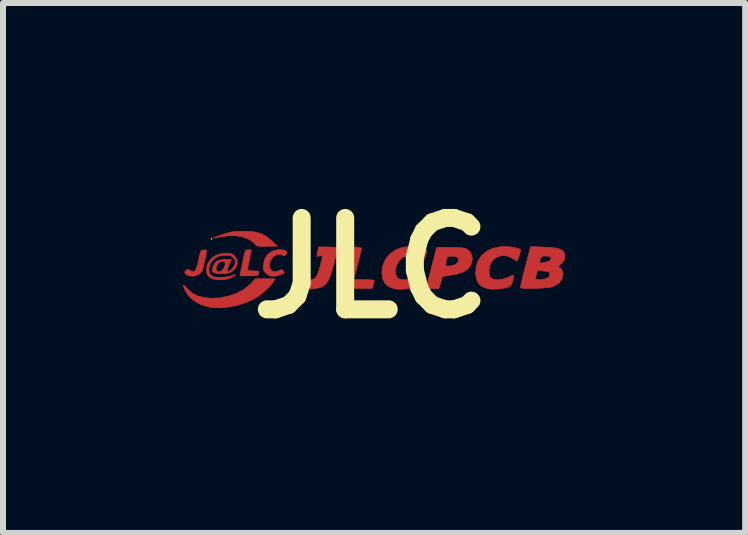
<source format=kicad_pcb>
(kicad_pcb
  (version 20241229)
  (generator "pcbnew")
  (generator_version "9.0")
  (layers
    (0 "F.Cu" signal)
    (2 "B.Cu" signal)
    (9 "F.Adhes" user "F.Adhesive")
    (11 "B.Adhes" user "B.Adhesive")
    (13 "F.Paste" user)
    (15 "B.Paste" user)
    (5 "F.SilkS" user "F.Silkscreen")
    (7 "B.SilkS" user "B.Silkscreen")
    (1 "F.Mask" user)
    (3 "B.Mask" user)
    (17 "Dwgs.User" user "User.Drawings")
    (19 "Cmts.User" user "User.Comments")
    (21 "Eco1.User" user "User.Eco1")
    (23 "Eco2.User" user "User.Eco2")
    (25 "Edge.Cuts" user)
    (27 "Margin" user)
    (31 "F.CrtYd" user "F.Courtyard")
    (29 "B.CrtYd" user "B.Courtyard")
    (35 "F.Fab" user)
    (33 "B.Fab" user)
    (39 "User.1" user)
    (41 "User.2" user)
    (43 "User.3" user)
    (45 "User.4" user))
  (footprint "JLC"
    (layer "F.Cu")
    (at 3.141 1.418)
    (property "Reference" "JLC" (at 0 0 0) (layer "F.SilkS") (effects (font (size 1.524 1.524) (thickness 0.3))))
    (attr through_hole)
    (fp_poly (pts (xy -2.748 -0.3) (xy -2.748 -0.282) (xy -2.754 -0.24) (xy -2.764 -0.183) (xy -2.777 -0.118) (xy -2.791 -0.055) (xy -2.805 -0.000153) (xy -2.816 0.037) (xy -2.818 0.044) (xy -2.856 0.093) (xy -2.914 0.125) (xy -2.981 0.138) (xy -3.049 0.128) (xy -3.061 0.123) (xy -3.102 0.096) (xy -3.112 0.067) (xy -3.092 0.039) (xy -3.081 0.033) (xy -3.048 0.024) (xy -3.022 0.04) (xy -2.986 0.065) (xy -2.954 0.059) (xy -2.925 0.024) (xy -2.9 -0.043) (xy -2.877 -0.141) (xy -2.877 -0.142) (xy -2.863 -0.212) (xy -2.852 -0.256) (xy -2.84 -0.281) (xy -2.825 -0.293) (xy -2.803 -0.298) (xy -2.801 -0.299) (xy -2.765 -0.302) (xy -2.748 -0.3)) (stroke (width 0.01) (type solid)) (fill yes) (layer "F.Cu"))
    (fp_poly (pts (xy -2.014 -0.302) (xy -1.999 -0.301) (xy -1.999 -0.301) (xy -2.002 -0.285) (xy -2.011 -0.244) (xy -2.023 -0.185) (xy -2.032 -0.139) (xy -2.046 -0.07) (xy -2.057 -0.013) (xy -2.064 0.024) (xy -2.065 0.035) (xy -2.05 0.042) (xy -2.011 0.047) (xy -1.965 0.049) (xy -1.91 0.05) (xy -1.881 0.055) (xy -1.872 0.066) (xy -1.875 0.075) (xy -1.883 0.106) (xy -1.885 0.116) (xy -1.9 0.123) (xy -1.94 0.128) (xy -2 0.131) (xy -2.038 0.131) (xy -2.191 0.131) (xy -2.152 -0.061) (xy -2.134 -0.154) (xy -2.12 -0.22) (xy -2.108 -0.262) (xy -2.098 -0.287) (xy -2.086 -0.299) (xy -2.07 -0.303) (xy -2.049 -0.303) (xy -2.049 -0.303) (xy -2.014 -0.302)) (stroke (width 0.01) (type solid)) (fill yes) (layer "F.Cu"))
    (fp_poly (pts (xy -2.007 -0.609) (xy -1.907 -0.594) (xy -1.822 -0.566) (xy -1.746 -0.523) (xy -1.669 -0.46) (xy -1.658 -0.45) (xy -1.565 -0.362) (xy -1.741 -0.361) (xy -1.819 -0.361) (xy -1.871 -0.363) (xy -1.904 -0.368) (xy -1.923 -0.377) (xy -1.937 -0.392) (xy -1.942 -0.399) (xy -1.97 -0.428) (xy -2.016 -0.462) (xy -2.053 -0.484) (xy -2.146 -0.519) (xy -2.259 -0.537) (xy -2.385 -0.537) (xy -2.515 -0.519) (xy -2.572 -0.508) (xy -2.615 -0.501) (xy -2.635 -0.5) (xy -2.636 -0.5) (xy -2.624 -0.507) (xy -2.586 -0.522) (xy -2.531 -0.542) (xy -2.48 -0.559) (xy -2.403 -0.583) (xy -2.34 -0.599) (xy -2.28 -0.608) (xy -2.209 -0.612) (xy -2.13 -0.613) (xy -2.007 -0.609)) (stroke (width 0.01) (type solid)) (fill yes) (layer "F.Cu"))
    (fp_poly (pts (xy -1.634 0.231) (xy -1.674 0.285) (xy -1.734 0.347) (xy -1.808 0.411) (xy -1.885 0.47) (xy -1.954 0.514) (xy -2.081 0.573) (xy -2.224 0.619) (xy -2.372 0.65) (xy -2.518 0.664) (xy -2.65 0.66) (xy -2.687 0.654) (xy -2.821 0.618) (xy -2.937 0.56) (xy -3.03 0.483) (xy -3.098 0.389) (xy -3.131 0.307) (xy -3.136 0.285) (xy -3.131 0.281) (xy -3.111 0.298) (xy -3.075 0.338) (xy -3.072 0.341) (xy -2.99 0.416) (xy -2.895 0.466) (xy -2.783 0.495) (xy -2.696 0.504) (xy -2.543 0.5) (xy -2.392 0.472) (xy -2.251 0.424) (xy -2.125 0.358) (xy -2.022 0.275) (xy -2.009 0.263) (xy -1.932 0.18) (xy -1.604 0.18) (xy -1.634 0.231)) (stroke (width 0.01) (type solid)) (fill yes) (layer "F.Cu"))
    (fp_poly (pts (xy -0.268 -0.349) (xy -0.215 -0.344) (xy -0.177 -0.336) (xy -0.164 -0.328) (xy -0.168 -0.306) (xy -0.178 -0.26) (xy -0.193 -0.197) (xy -0.212 -0.122) (xy -0.232 -0.044) (xy -0.251 0.032) (xy -0.268 0.097) (xy -0.281 0.145) (xy -0.288 0.168) (xy -0.289 0.18) (xy -0.279 0.187) (xy -0.251 0.192) (xy -0.201 0.194) (xy -0.125 0.194) (xy -0.054 0.196) (xy 0.003 0.198) (xy 0.04 0.203) (xy 0.049 0.207) (xy 0.045 0.229) (xy 0.035 0.269) (xy 0.032 0.28) (xy 0.015 0.342) (xy -0.263 0.342) (xy -0.376 0.341) (xy -0.458 0.339) (xy -0.511 0.334) (xy -0.537 0.328) (xy -0.541 0.323) (xy -0.537 0.303) (xy -0.526 0.255) (xy -0.509 0.186) (xy -0.488 0.1) (xy -0.464 0.002) (xy -0.457 -0.025) (xy -0.372 -0.355) (xy -0.268 -0.349)) (stroke (width 0.01) (type solid)) (fill yes) (layer "F.Cu"))
    (fp_poly (pts (xy -1.435 -0.289) (xy -1.414 -0.274) (xy -1.402 -0.254) (xy -1.414 -0.233) (xy -1.426 -0.221) (xy -1.455 -0.202) (xy -1.476 -0.208) (xy -1.479 -0.21) (xy -1.518 -0.229) (xy -1.569 -0.224) (xy -1.621 -0.198) (xy -1.639 -0.182) (xy -1.681 -0.126) (xy -1.699 -0.069) (xy -1.698 -0.016) (xy -1.678 0.027) (xy -1.643 0.055) (xy -1.595 0.061) (xy -1.544 0.045) (xy -1.508 0.03) (xy -1.486 0.032) (xy -1.466 0.05) (xy -1.45 0.072) (xy -1.456 0.087) (xy -1.486 0.103) (xy -1.57 0.132) (xy -1.658 0.138) (xy -1.674 0.136) (xy -1.715 0.12) (xy -1.758 0.089) (xy -1.762 0.085) (xy -1.787 0.056) (xy -1.799 0.027) (xy -1.801 -0.016) (xy -1.799 -0.051) (xy -1.779 -0.146) (xy -1.734 -0.22) (xy -1.663 -0.273) (xy -1.631 -0.287) (xy -1.56 -0.305) (xy -1.491 -0.305) (xy -1.435 -0.289)) (stroke (width 0.01) (type solid)) (fill yes) (layer "F.Cu"))
    (fp_poly (pts (xy -0.722 -0.35) (xy -0.654 -0.348) (xy -0.6 -0.345) (xy -0.567 -0.342) (xy -0.56 -0.34) (xy -0.562 -0.323) (xy -0.571 -0.28) (xy -0.587 -0.215) (xy -0.607 -0.135) (xy -0.625 -0.068) (xy -0.657 0.048) (xy -0.686 0.136) (xy -0.713 0.202) (xy -0.743 0.249) (xy -0.776 0.284) (xy -0.817 0.309) (xy -0.842 0.321) (xy -0.893 0.335) (xy -0.965 0.346) (xy -1.044 0.352) (xy -1.118 0.353) (xy -1.157 0.349) (xy -1.192 0.343) (xy -1.206 0.329) (xy -1.205 0.299) (xy -1.202 0.275) (xy -1.193 0.23) (xy -1.185 0.199) (xy -1.183 0.195) (xy -1.163 0.189) (xy -1.123 0.189) (xy -1.095 0.191) (xy -1.026 0.196) (xy -0.975 0.19) (xy -0.936 0.169) (xy -0.906 0.128) (xy -0.88 0.063) (xy -0.853 -0.029) (xy -0.849 -0.045) (xy -0.831 -0.118) (xy -0.82 -0.165) (xy -0.819 -0.192) (xy -0.827 -0.202) (xy -0.845 -0.203) (xy -0.862 -0.2) (xy -0.909 -0.194) (xy -0.894 -0.273) (xy -0.878 -0.352) (xy -0.722 -0.35)) (stroke (width 0.01) (type solid)) (fill yes) (layer "F.Cu"))
    (fp_poly (pts (xy 1.42 -0.342) (xy 1.504 -0.337) (xy 1.561 -0.327) (xy 1.581 -0.321) (xy 1.639 -0.28) (xy 1.674 -0.219) (xy 1.684 -0.145) (xy 1.683 -0.126) (xy 1.659 -0.046) (xy 1.61 0.017) (xy 1.534 0.066) (xy 1.431 0.101) (xy 1.328 0.119) (xy 1.263 0.129) (xy 1.212 0.139) (xy 1.184 0.149) (xy 1.18 0.152) (xy 1.176 0.175) (xy 1.165 0.218) (xy 1.154 0.256) (xy 1.128 0.344) (xy 1.021 0.344) (xy 0.963 0.343) (xy 0.932 0.339) (xy 0.92 0.329) (xy 0.921 0.315) (xy 0.927 0.291) (xy 0.94 0.241) (xy 0.958 0.169) (xy 0.981 0.082) (xy 1.006 -0.016) (xy 1.009 -0.029) (xy 1.016 -0.056) (xy 1.235 -0.056) (xy 1.241 -0.039) (xy 1.269 -0.032) (xy 1.311 -0.032) (xy 1.357 -0.041) (xy 1.399 -0.056) (xy 1.415 -0.067) (xy 1.452 -0.108) (xy 1.459 -0.145) (xy 1.437 -0.175) (xy 1.388 -0.193) (xy 1.342 -0.197) (xy 1.295 -0.195) (xy 1.271 -0.187) (xy 1.26 -0.164) (xy 1.254 -0.138) (xy 1.245 -0.092) (xy 1.235 -0.058) (xy 1.235 -0.056) (xy 1.016 -0.056) (xy 1.09 -0.344) (xy 1.307 -0.344) (xy 1.42 -0.342)) (stroke (width 0.01) (type solid)) (fill yes) (layer "F.Cu"))
    (fp_poly (pts (xy 2.313 -0.352) (xy 2.38 -0.342) (xy 2.437 -0.329) (xy 2.477 -0.315) (xy 2.491 -0.301) (xy 2.486 -0.278) (xy 2.475 -0.237) (xy 2.461 -0.19) (xy 2.447 -0.148) (xy 2.436 -0.12) (xy 2.432 -0.115) (xy 2.415 -0.123) (xy 2.381 -0.144) (xy 2.356 -0.16) (xy 2.273 -0.198) (xy 2.188 -0.208) (xy 2.108 -0.188) (xy 2.038 -0.142) (xy 1.994 -0.085) (xy 1.972 -0.028) (xy 1.963 0.039) (xy 1.966 0.103) (xy 1.983 0.153) (xy 1.991 0.164) (xy 2.034 0.189) (xy 2.097 0.198) (xy 2.171 0.191) (xy 2.249 0.169) (xy 2.28 0.155) (xy 2.326 0.133) (xy 2.36 0.122) (xy 2.372 0.122) (xy 2.373 0.141) (xy 2.366 0.182) (xy 2.358 0.215) (xy 2.342 0.266) (xy 2.323 0.296) (xy 2.293 0.314) (xy 2.27 0.323) (xy 2.206 0.339) (xy 2.127 0.35) (xy 2.046 0.354) (xy 1.976 0.352) (xy 1.942 0.346) (xy 1.853 0.313) (xy 1.792 0.264) (xy 1.756 0.195) (xy 1.74 0.105) (xy 1.747 -0.016) (xy 1.781 -0.122) (xy 1.842 -0.211) (xy 1.927 -0.282) (xy 2.033 -0.33) (xy 2.159 -0.355) (xy 2.181 -0.357) (xy 2.244 -0.357) (xy 2.313 -0.352)) (stroke (width 0.01) (type solid)) (fill yes) (layer "F.Cu"))
    (fp_poly (pts (xy 0.74 -0.356) (xy 0.812 -0.345) (xy 0.872 -0.328) (xy 0.912 -0.308) (xy 0.928 -0.287) (xy 0.928 -0.282) (xy 0.918 -0.249) (xy 0.905 -0.201) (xy 0.9 -0.184) (xy 0.886 -0.142) (xy 0.874 -0.118) (xy 0.871 -0.115) (xy 0.853 -0.123) (xy 0.819 -0.145) (xy 0.797 -0.16) (xy 0.725 -0.194) (xy 0.645 -0.207) (xy 0.569 -0.197) (xy 0.513 -0.17) (xy 0.461 -0.116) (xy 0.423 -0.049) (xy 0.403 0.023) (xy 0.402 0.092) (xy 0.423 0.149) (xy 0.433 0.162) (xy 0.477 0.189) (xy 0.541 0.199) (xy 0.615 0.192) (xy 0.692 0.168) (xy 0.723 0.153) (xy 0.769 0.131) (xy 0.802 0.119) (xy 0.813 0.12) (xy 0.815 0.14) (xy 0.809 0.181) (xy 0.8 0.215) (xy 0.784 0.267) (xy 0.764 0.296) (xy 0.734 0.315) (xy 0.712 0.323) (xy 0.648 0.339) (xy 0.569 0.35) (xy 0.488 0.354) (xy 0.417 0.352) (xy 0.384 0.346) (xy 0.292 0.31) (xy 0.228 0.257) (xy 0.19 0.184) (xy 0.176 0.09) (xy 0.176 0.073) (xy 0.193 -0.044) (xy 0.237 -0.146) (xy 0.306 -0.231) (xy 0.397 -0.297) (xy 0.508 -0.341) (xy 0.634 -0.36) (xy 0.663 -0.361) (xy 0.74 -0.356)) (stroke (width 0.01) (type solid)) (fill yes) (layer "F.Cu"))
    (fp_poly (pts (xy 2.881 -0.348) (xy 2.999 -0.341) (xy 3.088 -0.33) (xy 3.151 -0.312) (xy 3.193 -0.287) (xy 3.217 -0.252) (xy 3.227 -0.206) (xy 3.228 -0.186) (xy 3.221 -0.14) (xy 3.193 -0.098) (xy 3.173 -0.078) (xy 3.118 -0.026) (xy 3.157 0.008) (xy 3.185 0.045) (xy 3.195 0.095) (xy 3.196 0.112) (xy 3.18 0.182) (xy 3.137 0.243) (xy 3.071 0.291) (xy 2.987 0.322) (xy 2.986 0.322) (xy 2.942 0.328) (xy 2.879 0.333) (xy 2.804 0.337) (xy 2.723 0.34) (xy 2.645 0.341) (xy 2.575 0.34) (xy 2.522 0.338) (xy 2.491 0.333) (xy 2.488 0.331) (xy 2.487 0.321) (xy 2.491 0.293) (xy 2.501 0.247) (xy 2.517 0.181) (xy 2.737 0.181) (xy 2.751 0.189) (xy 2.787 0.193) (xy 2.835 0.191) (xy 2.883 0.185) (xy 2.921 0.176) (xy 2.924 0.174) (xy 2.961 0.147) (xy 2.978 0.111) (xy 2.973 0.079) (xy 2.969 0.074) (xy 2.943 0.063) (xy 2.897 0.053) (xy 2.862 0.049) (xy 2.772 0.042) (xy 2.755 0.105) (xy 2.744 0.148) (xy 2.737 0.177) (xy 2.737 0.181) (xy 2.517 0.181) (xy 2.517 0.179) (xy 2.54 0.088) (xy 2.571 -0.03) (xy 2.586 -0.089) (xy 2.803 -0.089) (xy 2.816 -0.084) (xy 2.851 -0.086) (xy 2.895 -0.094) (xy 2.939 -0.105) (xy 2.971 -0.118) (xy 2.979 -0.123) (xy 2.998 -0.156) (xy 2.988 -0.182) (xy 2.95 -0.197) (xy 2.911 -0.2) (xy 2.865 -0.198) (xy 2.84 -0.187) (xy 2.825 -0.161) (xy 2.821 -0.149) (xy 2.808 -0.111) (xy 2.803 -0.09) (xy 2.803 -0.089) (xy 2.586 -0.089) (xy 2.609 -0.175) (xy 2.63 -0.258) (xy 2.656 -0.356) (xy 2.881 -0.348)) (stroke (width 0.01) (type solid)) (fill yes) (layer "F.Cu"))
    (fp_poly (pts (xy -2.363 -0.244) (xy -2.325 -0.234) (xy -2.294 -0.214) (xy -2.277 -0.198) (xy -2.238 -0.142) (xy -2.231 -0.081) (xy -2.256 -0.013) (xy -2.261 -0.005) (xy -2.308 0.049) (xy -2.37 0.082) (xy -2.454 0.095) (xy -2.484 0.095) (xy -2.565 0.092) (xy -2.617 0.081) (xy -2.645 0.06) (xy -2.651 0.026) (xy -2.65 0.022) (xy -2.589 0.022) (xy -2.577 0.053) (xy -2.549 0.065) (xy -2.512 0.055) (xy -2.477 0.027) (xy -2.45 -0.016) (xy -2.437 -0.059) (xy -2.44 -0.094) (xy -2.46 -0.109) (xy -2.477 -0.112) (xy -2.519 -0.105) (xy -2.555 -0.072) (xy -2.584 -0.022) (xy -2.589 0.022) (xy -2.65 0.022) (xy -2.639 -0.024) (xy -2.638 -0.027) (xy -2.605 -0.087) (xy -2.552 -0.125) (xy -2.476 -0.143) (xy -2.431 -0.144) (xy -2.332 -0.143) (xy -2.373 -0.047) (xy -2.393 0.004) (xy -2.405 0.042) (xy -2.405 0.059) (xy -2.383 0.061) (xy -2.351 0.042) (xy -2.317 0.008) (xy -2.287 -0.034) (xy -2.267 -0.077) (xy -2.262 -0.103) (xy -2.273 -0.134) (xy -2.3 -0.17) (xy -2.302 -0.173) (xy -2.336 -0.199) (xy -2.378 -0.211) (xy -2.426 -0.213) (xy -2.487 -0.208) (xy -2.545 -0.197) (xy -2.563 -0.19) (xy -2.625 -0.151) (xy -2.672 -0.097) (xy -2.701 -0.033) (xy -2.71 0.031) (xy -2.696 0.089) (xy -2.675 0.119) (xy -2.651 0.138) (xy -2.622 0.149) (xy -2.579 0.154) (xy -2.512 0.156) (xy -2.511 0.156) (xy -2.417 0.151) (xy -2.347 0.136) (xy -2.32 0.125) (xy -2.281 0.108) (xy -2.267 0.105) (xy -2.272 0.115) (xy -2.279 0.124) (xy -2.326 0.159) (xy -2.395 0.183) (xy -2.475 0.196) (xy -2.558 0.197) (xy -2.634 0.185) (xy -2.683 0.165) (xy -2.729 0.12) (xy -2.75 0.061) (xy -2.749 -0.005) (xy -2.727 -0.073) (xy -2.685 -0.137) (xy -2.626 -0.19) (xy -2.583 -0.214) (xy -2.513 -0.236) (xy -2.431 -0.245) (xy -2.42 -0.245) (xy -2.363 -0.244)) (stroke (width 0.01) (type solid)) (fill yes) (layer "F.Cu"))
    (fp_poly (pts (xy -2.747 -0.3) (xy -2.747 -0.282) (xy -2.753 -0.24) (xy -2.764 -0.183) (xy -2.777 -0.118) (xy -2.791 -0.055) (xy -2.804 -0.000153) (xy -2.815 0.037) (xy -2.818 0.044) (xy -2.855 0.093) (xy -2.913 0.125) (xy -2.981 0.138) (xy -3.048 0.128) (xy -3.06 0.123) (xy -3.101 0.096) (xy -3.112 0.067) (xy -3.091 0.039) (xy -3.08 0.033) (xy -3.048 0.024) (xy -3.022 0.04) (xy -2.985 0.065) (xy -2.953 0.059) (xy -2.925 0.024) (xy -2.899 -0.043) (xy -2.877 -0.141) (xy -2.876 -0.142) (xy -2.863 -0.212) (xy -2.851 -0.256) (xy -2.84 -0.281) (xy -2.825 -0.293) (xy -2.803 -0.298) (xy -2.8 -0.299) (xy -2.765 -0.302) (xy -2.747 -0.3)) (stroke (width 0.01) (type solid)) (fill yes) (layer "F.Mask"))
    (fp_poly (pts (xy -2.014 -0.302) (xy -1.999 -0.301) (xy -1.999 -0.301) (xy -2.002 -0.285) (xy -2.011 -0.244) (xy -2.023 -0.185) (xy -2.032 -0.139) (xy -2.046 -0.07) (xy -2.057 -0.013) (xy -2.064 0.024) (xy -2.065 0.035) (xy -2.05 0.042) (xy -2.011 0.047) (xy -1.965 0.049) (xy -1.91 0.05) (xy -1.881 0.055) (xy -1.872 0.066) (xy -1.875 0.075) (xy -1.883 0.106) (xy -1.885 0.116) (xy -1.9 0.123) (xy -1.94 0.128) (xy -2 0.131) (xy -2.038 0.131) (xy -2.191 0.131) (xy -2.152 -0.061) (xy -2.134 -0.154) (xy -2.12 -0.22) (xy -2.108 -0.262) (xy -2.098 -0.287) (xy -2.086 -0.299) (xy -2.07 -0.303) (xy -2.049 -0.303) (xy -2.049 -0.303) (xy -2.014 -0.302)) (stroke (width 0.01) (type solid)) (fill yes) (layer "F.Mask"))
    (fp_poly (pts (xy -2.007 -0.609) (xy -1.907 -0.594) (xy -1.822 -0.566) (xy -1.746 -0.523) (xy -1.669 -0.46) (xy -1.658 -0.45) (xy -1.565 -0.362) (xy -1.741 -0.361) (xy -1.819 -0.361) (xy -1.871 -0.363) (xy -1.904 -0.368) (xy -1.923 -0.377) (xy -1.937 -0.392) (xy -1.942 -0.399) (xy -1.97 -0.428) (xy -2.016 -0.462) (xy -2.053 -0.484) (xy -2.146 -0.519) (xy -2.259 -0.537) (xy -2.385 -0.537) (xy -2.515 -0.519) (xy -2.572 -0.508) (xy -2.615 -0.501) (xy -2.635 -0.5) (xy -2.636 -0.5) (xy -2.624 -0.507) (xy -2.586 -0.522) (xy -2.531 -0.542) (xy -2.48 -0.559) (xy -2.403 -0.583) (xy -2.34 -0.599) (xy -2.28 -0.608) (xy -2.209 -0.612) (xy -2.13 -0.613) (xy -2.007 -0.609)) (stroke (width 0.01) (type solid)) (fill yes) (layer "F.Mask"))
    (fp_poly (pts (xy -1.634 0.231) (xy -1.674 0.285) (xy -1.734 0.347) (xy -1.808 0.411) (xy -1.885 0.47) (xy -1.954 0.514) (xy -2.081 0.573) (xy -2.224 0.619) (xy -2.372 0.65) (xy -2.518 0.664) (xy -2.65 0.66) (xy -2.687 0.654) (xy -2.821 0.618) (xy -2.937 0.56) (xy -3.03 0.483) (xy -3.098 0.389) (xy -3.131 0.307) (xy -3.136 0.285) (xy -3.131 0.281) (xy -3.111 0.298) (xy -3.075 0.338) (xy -3.072 0.341) (xy -2.99 0.416) (xy -2.895 0.466) (xy -2.783 0.495) (xy -2.696 0.504) (xy -2.543 0.5) (xy -2.392 0.472) (xy -2.251 0.424) (xy -2.125 0.358) (xy -2.022 0.275) (xy -2.009 0.263) (xy -1.932 0.18) (xy -1.604 0.18) (xy -1.634 0.231)) (stroke (width 0.01) (type solid)) (fill yes) (layer "F.Mask"))
    (fp_poly (pts (xy -0.268 -0.347) (xy -0.215 -0.342) (xy -0.177 -0.334) (xy -0.164 -0.326) (xy -0.168 -0.304) (xy -0.178 -0.258) (xy -0.193 -0.194) (xy -0.212 -0.12) (xy -0.232 -0.042) (xy -0.251 0.034) (xy -0.268 0.099) (xy -0.281 0.147) (xy -0.288 0.17) (xy -0.289 0.182) (xy -0.279 0.19) (xy -0.251 0.194) (xy -0.201 0.196) (xy -0.125 0.197) (xy -0.054 0.198) (xy 0.003 0.201) (xy 0.04 0.205) (xy 0.049 0.209) (xy 0.045 0.231) (xy 0.035 0.272) (xy 0.032 0.283) (xy 0.015 0.344) (xy -0.263 0.344) (xy -0.376 0.343) (xy -0.458 0.341) (xy -0.511 0.336) (xy -0.537 0.33) (xy -0.541 0.326) (xy -0.537 0.305) (xy -0.526 0.257) (xy -0.509 0.188) (xy -0.488 0.102) (xy -0.464 0.005) (xy -0.457 -0.023) (xy -0.372 -0.352) (xy -0.268 -0.347)) (stroke (width 0.01) (type solid)) (fill yes) (layer "F.Mask"))
    (fp_poly (pts (xy -1.435 -0.289) (xy -1.414 -0.274) (xy -1.402 -0.254) (xy -1.414 -0.233) (xy -1.426 -0.221) (xy -1.455 -0.202) (xy -1.476 -0.208) (xy -1.479 -0.21) (xy -1.518 -0.229) (xy -1.569 -0.224) (xy -1.621 -0.198) (xy -1.639 -0.182) (xy -1.681 -0.126) (xy -1.699 -0.069) (xy -1.698 -0.016) (xy -1.678 0.027) (xy -1.643 0.055) (xy -1.595 0.061) (xy -1.544 0.045) (xy -1.508 0.03) (xy -1.486 0.032) (xy -1.466 0.05) (xy -1.45 0.072) (xy -1.456 0.087) (xy -1.486 0.103) (xy -1.57 0.132) (xy -1.658 0.138) (xy -1.674 0.136) (xy -1.715 0.12) (xy -1.758 0.089) (xy -1.762 0.085) (xy -1.787 0.056) (xy -1.799 0.027) (xy -1.801 -0.016) (xy -1.799 -0.051) (xy -1.779 -0.146) (xy -1.734 -0.22) (xy -1.663 -0.273) (xy -1.631 -0.287) (xy -1.56 -0.305) (xy -1.491 -0.305) (xy -1.435 -0.289)) (stroke (width 0.01) (type solid)) (fill yes) (layer "F.Mask"))
    (fp_poly (pts (xy -0.726 -0.35) (xy -0.659 -0.348) (xy -0.604 -0.345) (xy -0.571 -0.342) (xy -0.564 -0.34) (xy -0.566 -0.323) (xy -0.575 -0.28) (xy -0.591 -0.215) (xy -0.611 -0.135) (xy -0.629 -0.068) (xy -0.661 0.048) (xy -0.69 0.136) (xy -0.717 0.202) (xy -0.747 0.249) (xy -0.78 0.284) (xy -0.821 0.309) (xy -0.846 0.321) (xy -0.897 0.335) (xy -0.969 0.346) (xy -1.048 0.352) (xy -1.122 0.353) (xy -1.161 0.349) (xy -1.196 0.343) (xy -1.21 0.329) (xy -1.209 0.299) (xy -1.206 0.275) (xy -1.197 0.23) (xy -1.189 0.199) (xy -1.187 0.195) (xy -1.167 0.189) (xy -1.127 0.189) (xy -1.099 0.191) (xy -1.031 0.196) (xy -0.979 0.19) (xy -0.94 0.169) (xy -0.91 0.128) (xy -0.884 0.063) (xy -0.857 -0.029) (xy -0.853 -0.045) (xy -0.835 -0.118) (xy -0.825 -0.165) (xy -0.823 -0.192) (xy -0.831 -0.202) (xy -0.849 -0.203) (xy -0.866 -0.2) (xy -0.914 -0.194) (xy -0.898 -0.273) (xy -0.882 -0.352) (xy -0.726 -0.35)) (stroke (width 0.01) (type solid)) (fill yes) (layer "F.Mask"))
    (fp_poly (pts (xy 1.42 -0.342) (xy 1.504 -0.337) (xy 1.561 -0.327) (xy 1.581 -0.321) (xy 1.639 -0.28) (xy 1.674 -0.219) (xy 1.684 -0.145) (xy 1.683 -0.126) (xy 1.659 -0.046) (xy 1.61 0.017) (xy 1.534 0.066) (xy 1.431 0.101) (xy 1.328 0.119) (xy 1.263 0.129) (xy 1.212 0.139) (xy 1.184 0.149) (xy 1.18 0.152) (xy 1.176 0.175) (xy 1.165 0.218) (xy 1.154 0.256) (xy 1.128 0.344) (xy 1.021 0.344) (xy 0.963 0.343) (xy 0.932 0.339) (xy 0.92 0.329) (xy 0.921 0.315) (xy 0.927 0.291) (xy 0.94 0.241) (xy 0.958 0.169) (xy 0.981 0.082) (xy 1.006 -0.016) (xy 1.009 -0.029) (xy 1.016 -0.056) (xy 1.235 -0.056) (xy 1.241 -0.039) (xy 1.269 -0.032) (xy 1.311 -0.032) (xy 1.357 -0.041) (xy 1.399 -0.056) (xy 1.415 -0.067) (xy 1.452 -0.108) (xy 1.459 -0.145) (xy 1.437 -0.175) (xy 1.388 -0.193) (xy 1.342 -0.197) (xy 1.295 -0.195) (xy 1.271 -0.187) (xy 1.26 -0.164) (xy 1.254 -0.138) (xy 1.245 -0.092) (xy 1.235 -0.058) (xy 1.235 -0.056) (xy 1.016 -0.056) (xy 1.09 -0.344) (xy 1.307 -0.344) (xy 1.42 -0.342)) (stroke (width 0.01) (type solid)) (fill yes) (layer "F.Mask"))
    (fp_poly (pts (xy 2.313 -0.352) (xy 2.38 -0.342) (xy 2.437 -0.329) (xy 2.477 -0.315) (xy 2.491 -0.301) (xy 2.486 -0.278) (xy 2.475 -0.237) (xy 2.461 -0.19) (xy 2.447 -0.148) (xy 2.436 -0.12) (xy 2.432 -0.115) (xy 2.415 -0.123) (xy 2.381 -0.144) (xy 2.356 -0.16) (xy 2.273 -0.198) (xy 2.188 -0.208) (xy 2.108 -0.188) (xy 2.038 -0.142) (xy 1.994 -0.085) (xy 1.972 -0.028) (xy 1.963 0.039) (xy 1.966 0.103) (xy 1.983 0.153) (xy 1.991 0.164) (xy 2.034 0.189) (xy 2.097 0.198) (xy 2.171 0.191) (xy 2.249 0.169) (xy 2.28 0.155) (xy 2.326 0.133) (xy 2.36 0.122) (xy 2.372 0.122) (xy 2.373 0.141) (xy 2.366 0.182) (xy 2.358 0.215) (xy 2.342 0.266) (xy 2.323 0.296) (xy 2.293 0.314) (xy 2.27 0.323) (xy 2.206 0.339) (xy 2.127 0.35) (xy 2.046 0.354) (xy 1.976 0.352) (xy 1.942 0.346) (xy 1.853 0.313) (xy 1.792 0.264) (xy 1.756 0.195) (xy 1.74 0.105) (xy 1.747 -0.016) (xy 1.781 -0.122) (xy 1.842 -0.211) (xy 1.927 -0.282) (xy 2.033 -0.33) (xy 2.159 -0.355) (xy 2.181 -0.357) (xy 2.244 -0.357) (xy 2.313 -0.352)) (stroke (width 0.01) (type solid)) (fill yes) (layer "F.Mask"))
    (fp_poly (pts (xy 0.74 -0.356) (xy 0.812 -0.345) (xy 0.872 -0.328) (xy 0.912 -0.308) (xy 0.928 -0.287) (xy 0.928 -0.282) (xy 0.918 -0.249) (xy 0.905 -0.201) (xy 0.9 -0.184) (xy 0.886 -0.142) (xy 0.874 -0.118) (xy 0.871 -0.115) (xy 0.853 -0.123) (xy 0.819 -0.145) (xy 0.797 -0.16) (xy 0.725 -0.194) (xy 0.645 -0.207) (xy 0.569 -0.197) (xy 0.513 -0.17) (xy 0.461 -0.116) (xy 0.423 -0.049) (xy 0.403 0.023) (xy 0.402 0.092) (xy 0.423 0.149) (xy 0.433 0.162) (xy 0.477 0.189) (xy 0.541 0.199) (xy 0.615 0.192) (xy 0.692 0.168) (xy 0.723 0.153) (xy 0.769 0.131) (xy 0.802 0.119) (xy 0.813 0.12) (xy 0.815 0.14) (xy 0.809 0.181) (xy 0.8 0.215) (xy 0.784 0.267) (xy 0.764 0.296) (xy 0.734 0.315) (xy 0.712 0.323) (xy 0.648 0.339) (xy 0.569 0.35) (xy 0.488 0.354) (xy 0.417 0.352) (xy 0.384 0.346) (xy 0.292 0.31) (xy 0.228 0.257) (xy 0.19 0.184) (xy 0.176 0.09) (xy 0.176 0.073) (xy 0.193 -0.044) (xy 0.237 -0.146) (xy 0.306 -0.231) (xy 0.397 -0.297) (xy 0.508 -0.341) (xy 0.634 -0.36) (xy 0.663 -0.361) (xy 0.74 -0.356)) (stroke (width 0.01) (type solid)) (fill yes) (layer "F.Mask"))
    (fp_poly (pts (xy 2.881 -0.344) (xy 2.998 -0.337) (xy 3.087 -0.326) (xy 3.151 -0.309) (xy 3.193 -0.283) (xy 3.217 -0.248) (xy 3.227 -0.202) (xy 3.228 -0.182) (xy 3.22 -0.136) (xy 3.192 -0.094) (xy 3.173 -0.075) (xy 3.118 -0.023) (xy 3.157 0.012) (xy 3.185 0.049) (xy 3.195 0.099) (xy 3.195 0.115) (xy 3.18 0.185) (xy 3.137 0.247) (xy 3.071 0.295) (xy 2.986 0.325) (xy 2.986 0.326) (xy 2.942 0.332) (xy 2.879 0.337) (xy 2.804 0.341) (xy 2.723 0.343) (xy 2.644 0.344) (xy 2.575 0.344) (xy 2.521 0.341) (xy 2.491 0.337) (xy 2.487 0.335) (xy 2.487 0.324) (xy 2.491 0.297) (xy 2.501 0.25) (xy 2.517 0.184) (xy 2.737 0.184) (xy 2.751 0.193) (xy 2.787 0.196) (xy 2.834 0.195) (xy 2.882 0.189) (xy 2.92 0.179) (xy 2.924 0.178) (xy 2.96 0.15) (xy 2.978 0.115) (xy 2.973 0.083) (xy 2.968 0.078) (xy 2.943 0.067) (xy 2.897 0.057) (xy 2.861 0.053) (xy 2.772 0.045) (xy 2.754 0.109) (xy 2.743 0.152) (xy 2.737 0.181) (xy 2.737 0.184) (xy 2.517 0.184) (xy 2.517 0.183) (xy 2.54 0.091) (xy 2.57 -0.026) (xy 2.586 -0.086) (xy 2.802 -0.086) (xy 2.816 -0.08) (xy 2.85 -0.082) (xy 2.895 -0.09) (xy 2.938 -0.101) (xy 2.971 -0.114) (xy 2.978 -0.12) (xy 2.998 -0.153) (xy 2.987 -0.178) (xy 2.95 -0.193) (xy 2.911 -0.197) (xy 2.865 -0.194) (xy 2.84 -0.183) (xy 2.825 -0.157) (xy 2.82 -0.145) (xy 2.808 -0.108) (xy 2.802 -0.086) (xy 2.802 -0.086) (xy 2.586 -0.086) (xy 2.608 -0.172) (xy 2.63 -0.254) (xy 2.656 -0.352) (xy 2.881 -0.344)) (stroke (width 0.01) (type solid)) (fill yes) (layer "F.Mask"))
    (fp_poly (pts (xy -2.362 -0.244) (xy -2.324 -0.234) (xy -2.293 -0.214) (xy -2.277 -0.198) (xy -2.238 -0.142) (xy -2.231 -0.081) (xy -2.256 -0.013) (xy -2.261 -0.005) (xy -2.307 0.049) (xy -2.37 0.082) (xy -2.454 0.095) (xy -2.484 0.095) (xy -2.565 0.092) (xy -2.617 0.081) (xy -2.644 0.06) (xy -2.65 0.026) (xy -2.649 0.022) (xy -2.589 0.022) (xy -2.576 0.053) (xy -2.549 0.065) (xy -2.511 0.055) (xy -2.477 0.027) (xy -2.449 -0.016) (xy -2.437 -0.059) (xy -2.439 -0.094) (xy -2.459 -0.109) (xy -2.477 -0.112) (xy -2.519 -0.105) (xy -2.554 -0.072) (xy -2.583 -0.022) (xy -2.589 0.022) (xy -2.649 0.022) (xy -2.638 -0.024) (xy -2.638 -0.027) (xy -2.605 -0.087) (xy -2.552 -0.125) (xy -2.476 -0.143) (xy -2.43 -0.144) (xy -2.331 -0.143) (xy -2.373 -0.047) (xy -2.393 0.004) (xy -2.404 0.042) (xy -2.405 0.059) (xy -2.382 0.061) (xy -2.351 0.042) (xy -2.317 0.008) (xy -2.287 -0.034) (xy -2.266 -0.077) (xy -2.261 -0.103) (xy -2.272 -0.134) (xy -2.299 -0.17) (xy -2.302 -0.173) (xy -2.336 -0.199) (xy -2.378 -0.211) (xy -2.425 -0.213) (xy -2.487 -0.208) (xy -2.545 -0.197) (xy -2.563 -0.19) (xy -2.625 -0.151) (xy -2.671 -0.097) (xy -2.7 -0.033) (xy -2.71 0.031) (xy -2.696 0.089) (xy -2.674 0.119) (xy -2.651 0.138) (xy -2.622 0.149) (xy -2.579 0.154) (xy -2.512 0.156) (xy -2.511 0.156) (xy -2.417 0.151) (xy -2.346 0.136) (xy -2.32 0.125) (xy -2.281 0.108) (xy -2.266 0.105) (xy -2.272 0.115) (xy -2.279 0.124) (xy -2.326 0.159) (xy -2.394 0.183) (xy -2.475 0.196) (xy -2.558 0.197) (xy -2.633 0.185) (xy -2.682 0.165) (xy -2.728 0.12) (xy -2.75 0.061) (xy -2.748 -0.005) (xy -2.726 -0.073) (xy -2.685 -0.137) (xy -2.626 -0.19) (xy -2.583 -0.214) (xy -2.513 -0.236) (xy -2.431 -0.245) (xy -2.42 -0.245) (xy -2.362 -0.244)) (stroke (width 0.01) (type solid)) (fill yes) (layer "F.Mask"))
    (fp_poly (pts (xy -2.655 -0.483) (xy -2.663 -0.475) (xy -2.671 -0.483) (xy -2.663 -0.492) (xy -2.655 -0.483)) (stroke (width 0.01) (type solid)) (fill yes) (layer "F.SilkS"))
    (fp_poly (pts (xy -2.747 -0.3) (xy -2.747 -0.282) (xy -2.753 -0.24) (xy -2.764 -0.183) (xy -2.777 -0.118) (xy -2.791 -0.055) (xy -2.804 -0.000153) (xy -2.815 0.037) (xy -2.818 0.044) (xy -2.855 0.093) (xy -2.913 0.125) (xy -2.981 0.138) (xy -3.048 0.128) (xy -3.06 0.123) (xy -3.101 0.096) (xy -3.112 0.067) (xy -3.091 0.039) (xy -3.08 0.033) (xy -3.048 0.024) (xy -3.022 0.04) (xy -2.985 0.065) (xy -2.953 0.059) (xy -2.925 0.024) (xy -2.899 -0.043) (xy -2.877 -0.141) (xy -2.876 -0.142) (xy -2.863 -0.212) (xy -2.851 -0.256) (xy -2.84 -0.281) (xy -2.825 -0.293) (xy -2.803 -0.298) (xy -2.8 -0.299) (xy -2.765 -0.302) (xy -2.747 -0.3)) (stroke (width 0.01) (type solid)) (fill yes) (layer "F.Paste"))
    (fp_poly (pts (xy -2.014 -0.302) (xy -1.999 -0.301) (xy -1.999 -0.301) (xy -2.002 -0.285) (xy -2.011 -0.244) (xy -2.023 -0.185) (xy -2.032 -0.139) (xy -2.046 -0.07) (xy -2.057 -0.013) (xy -2.064 0.024) (xy -2.065 0.035) (xy -2.05 0.042) (xy -2.011 0.047) (xy -1.965 0.049) (xy -1.91 0.05) (xy -1.881 0.055) (xy -1.872 0.066) (xy -1.875 0.075) (xy -1.883 0.106) (xy -1.885 0.116) (xy -1.9 0.123) (xy -1.94 0.128) (xy -2 0.131) (xy -2.038 0.131) (xy -2.191 0.131) (xy -2.152 -0.061) (xy -2.134 -0.154) (xy -2.12 -0.22) (xy -2.108 -0.262) (xy -2.098 -0.287) (xy -2.086 -0.299) (xy -2.07 -0.303) (xy -2.049 -0.303) (xy -2.049 -0.303) (xy -2.014 -0.302)) (stroke (width 0.01) (type solid)) (fill yes) (layer "F.Paste"))
    (fp_poly (pts (xy -2.007 -0.609) (xy -1.907 -0.594) (xy -1.822 -0.566) (xy -1.746 -0.523) (xy -1.669 -0.46) (xy -1.658 -0.45) (xy -1.565 -0.362) (xy -1.741 -0.361) (xy -1.819 -0.361) (xy -1.871 -0.363) (xy -1.904 -0.368) (xy -1.923 -0.377) (xy -1.937 -0.392) (xy -1.942 -0.399) (xy -1.97 -0.428) (xy -2.016 -0.462) (xy -2.053 -0.484) (xy -2.146 -0.519) (xy -2.259 -0.537) (xy -2.385 -0.537) (xy -2.515 -0.519) (xy -2.572 -0.508) (xy -2.615 -0.501) (xy -2.635 -0.5) (xy -2.636 -0.5) (xy -2.624 -0.507) (xy -2.586 -0.522) (xy -2.531 -0.542) (xy -2.48 -0.559) (xy -2.403 -0.583) (xy -2.34 -0.599) (xy -2.28 -0.608) (xy -2.209 -0.612) (xy -2.13 -0.613) (xy -2.007 -0.609)) (stroke (width 0.01) (type solid)) (fill yes) (layer "F.Paste"))
    (fp_poly (pts (xy -1.634 0.231) (xy -1.674 0.285) (xy -1.734 0.347) (xy -1.808 0.411) (xy -1.885 0.47) (xy -1.954 0.514) (xy -2.081 0.573) (xy -2.224 0.619) (xy -2.372 0.65) (xy -2.518 0.664) (xy -2.65 0.66) (xy -2.687 0.654) (xy -2.821 0.618) (xy -2.937 0.56) (xy -3.03 0.483) (xy -3.098 0.389) (xy -3.131 0.307) (xy -3.136 0.285) (xy -3.131 0.281) (xy -3.111 0.298) (xy -3.075 0.338) (xy -3.072 0.341) (xy -2.99 0.416) (xy -2.895 0.466) (xy -2.783 0.495) (xy -2.696 0.504) (xy -2.543 0.5) (xy -2.392 0.472) (xy -2.251 0.424) (xy -2.125 0.358) (xy -2.022 0.275) (xy -2.009 0.263) (xy -1.932 0.18) (xy -1.604 0.18) (xy -1.634 0.231)) (stroke (width 0.01) (type solid)) (fill yes) (layer "F.Paste"))
    (fp_poly (pts (xy -0.268 -0.349) (xy -0.215 -0.344) (xy -0.177 -0.336) (xy -0.164 -0.328) (xy -0.168 -0.306) (xy -0.178 -0.26) (xy -0.193 -0.197) (xy -0.212 -0.122) (xy -0.232 -0.044) (xy -0.251 0.032) (xy -0.268 0.097) (xy -0.281 0.145) (xy -0.288 0.168) (xy -0.289 0.18) (xy -0.279 0.187) (xy -0.251 0.192) (xy -0.201 0.194) (xy -0.125 0.194) (xy -0.054 0.196) (xy 0.003 0.198) (xy 0.04 0.203) (xy 0.049 0.207) (xy 0.045 0.229) (xy 0.035 0.269) (xy 0.032 0.28) (xy 0.015 0.342) (xy -0.263 0.342) (xy -0.376 0.341) (xy -0.458 0.339) (xy -0.511 0.334) (xy -0.537 0.328) (xy -0.541 0.323) (xy -0.537 0.303) (xy -0.526 0.255) (xy -0.509 0.186) (xy -0.488 0.1) (xy -0.464 0.002) (xy -0.457 -0.025) (xy -0.372 -0.355) (xy -0.268 -0.349)) (stroke (width 0.01) (type solid)) (fill yes) (layer "F.Paste"))
    (fp_poly (pts (xy -1.435 -0.289) (xy -1.414 -0.274) (xy -1.402 -0.254) (xy -1.414 -0.233) (xy -1.426 -0.221) (xy -1.455 -0.202) (xy -1.476 -0.208) (xy -1.479 -0.21) (xy -1.518 -0.229) (xy -1.569 -0.224) (xy -1.621 -0.198) (xy -1.639 -0.182) (xy -1.681 -0.126) (xy -1.699 -0.069) (xy -1.698 -0.016) (xy -1.678 0.027) (xy -1.643 0.055) (xy -1.595 0.061) (xy -1.544 0.045) (xy -1.508 0.03) (xy -1.486 0.032) (xy -1.466 0.05) (xy -1.45 0.072) (xy -1.456 0.087) (xy -1.486 0.103) (xy -1.57 0.132) (xy -1.658 0.138) (xy -1.674 0.136) (xy -1.715 0.12) (xy -1.758 0.089) (xy -1.762 0.085) (xy -1.787 0.056) (xy -1.799 0.027) (xy -1.801 -0.016) (xy -1.799 -0.051) (xy -1.779 -0.146) (xy -1.734 -0.22) (xy -1.663 -0.273) (xy -1.631 -0.287) (xy -1.56 -0.305) (xy -1.491 -0.305) (xy -1.435 -0.289)) (stroke (width 0.01) (type solid)) (fill yes) (layer "F.Paste"))
    (fp_poly (pts (xy -0.726 -0.35) (xy -0.659 -0.348) (xy -0.604 -0.345) (xy -0.571 -0.342) (xy -0.564 -0.34) (xy -0.566 -0.323) (xy -0.575 -0.28) (xy -0.591 -0.215) (xy -0.611 -0.135) (xy -0.629 -0.068) (xy -0.661 0.048) (xy -0.69 0.136) (xy -0.717 0.202) (xy -0.747 0.249) (xy -0.78 0.284) (xy -0.821 0.309) (xy -0.846 0.321) (xy -0.897 0.335) (xy -0.969 0.346) (xy -1.048 0.352) (xy -1.122 0.353) (xy -1.161 0.349) (xy -1.196 0.343) (xy -1.21 0.329) (xy -1.209 0.299) (xy -1.206 0.275) (xy -1.197 0.23) (xy -1.189 0.199) (xy -1.187 0.195) (xy -1.167 0.189) (xy -1.127 0.189) (xy -1.099 0.191) (xy -1.031 0.196) (xy -0.979 0.19) (xy -0.94 0.169) (xy -0.91 0.128) (xy -0.884 0.063) (xy -0.857 -0.029) (xy -0.853 -0.045) (xy -0.835 -0.118) (xy -0.825 -0.165) (xy -0.823 -0.192) (xy -0.831 -0.202) (xy -0.849 -0.203) (xy -0.866 -0.2) (xy -0.914 -0.194) (xy -0.898 -0.273) (xy -0.882 -0.352) (xy -0.726 -0.35)) (stroke (width 0.01) (type solid)) (fill yes) (layer "F.Paste"))
    (fp_poly (pts (xy 1.415 -0.345) (xy 1.499 -0.339) (xy 1.556 -0.33) (xy 1.576 -0.323) (xy 1.634 -0.283) (xy 1.669 -0.222) (xy 1.68 -0.147) (xy 1.678 -0.128) (xy 1.654 -0.049) (xy 1.605 0.015) (xy 1.53 0.064) (xy 1.426 0.098) (xy 1.323 0.117) (xy 1.258 0.126) (xy 1.208 0.137) (xy 1.179 0.146) (xy 1.175 0.15) (xy 1.171 0.173) (xy 1.16 0.216) (xy 1.149 0.253) (xy 1.124 0.342) (xy 1.016 0.342) (xy 0.959 0.341) (xy 0.927 0.336) (xy 0.915 0.327) (xy 0.916 0.313) (xy 0.922 0.289) (xy 0.935 0.238) (xy 0.953 0.167) (xy 0.976 0.079) (xy 1.001 -0.018) (xy 1.004 -0.031) (xy 1.011 -0.059) (xy 1.23 -0.059) (xy 1.236 -0.042) (xy 1.264 -0.034) (xy 1.306 -0.035) (xy 1.352 -0.043) (xy 1.394 -0.059) (xy 1.41 -0.069) (xy 1.448 -0.11) (xy 1.454 -0.148) (xy 1.432 -0.177) (xy 1.384 -0.195) (xy 1.337 -0.199) (xy 1.291 -0.198) (xy 1.266 -0.189) (xy 1.255 -0.166) (xy 1.25 -0.14) (xy 1.24 -0.095) (xy 1.23 -0.061) (xy 1.23 -0.059) (xy 1.011 -0.059) (xy 1.085 -0.346) (xy 1.303 -0.346) (xy 1.415 -0.345)) (stroke (width 0.01) (type solid)) (fill yes) (layer "F.Paste"))
    (fp_poly (pts (xy 2.313 -0.354) (xy 2.38 -0.345) (xy 2.437 -0.332) (xy 2.477 -0.318) (xy 2.491 -0.304) (xy 2.486 -0.281) (xy 2.475 -0.24) (xy 2.461 -0.193) (xy 2.447 -0.151) (xy 2.436 -0.123) (xy 2.432 -0.118) (xy 2.415 -0.126) (xy 2.381 -0.147) (xy 2.356 -0.163) (xy 2.273 -0.201) (xy 2.188 -0.21) (xy 2.108 -0.191) (xy 2.038 -0.145) (xy 1.994 -0.088) (xy 1.972 -0.031) (xy 1.963 0.036) (xy 1.966 0.1) (xy 1.983 0.15) (xy 1.991 0.161) (xy 2.034 0.186) (xy 2.097 0.195) (xy 2.171 0.188) (xy 2.249 0.166) (xy 2.28 0.152) (xy 2.326 0.13) (xy 2.36 0.119) (xy 2.372 0.119) (xy 2.373 0.138) (xy 2.366 0.179) (xy 2.358 0.212) (xy 2.342 0.263) (xy 2.323 0.293) (xy 2.293 0.311) (xy 2.27 0.32) (xy 2.206 0.336) (xy 2.127 0.347) (xy 2.046 0.351) (xy 1.976 0.349) (xy 1.942 0.343) (xy 1.853 0.31) (xy 1.792 0.261) (xy 1.756 0.192) (xy 1.74 0.102) (xy 1.747 -0.019) (xy 1.781 -0.125) (xy 1.842 -0.214) (xy 1.927 -0.284) (xy 2.033 -0.333) (xy 2.159 -0.358) (xy 2.181 -0.36) (xy 2.244 -0.36) (xy 2.313 -0.354)) (stroke (width 0.01) (type solid)) (fill yes) (layer "F.Paste"))
    (fp_poly (pts (xy 0.74 -0.356) (xy 0.812 -0.345) (xy 0.872 -0.328) (xy 0.912 -0.308) (xy 0.928 -0.287) (xy 0.928 -0.282) (xy 0.918 -0.249) (xy 0.905 -0.201) (xy 0.9 -0.184) (xy 0.886 -0.142) (xy 0.874 -0.118) (xy 0.871 -0.115) (xy 0.853 -0.123) (xy 0.819 -0.145) (xy 0.797 -0.16) (xy 0.725 -0.194) (xy 0.645 -0.207) (xy 0.569 -0.197) (xy 0.513 -0.17) (xy 0.461 -0.116) (xy 0.423 -0.049) (xy 0.403 0.023) (xy 0.402 0.092) (xy 0.423 0.149) (xy 0.433 0.162) (xy 0.477 0.189) (xy 0.541 0.199) (xy 0.615 0.192) (xy 0.692 0.168) (xy 0.723 0.153) (xy 0.769 0.131) (xy 0.802 0.119) (xy 0.813 0.12) (xy 0.815 0.14) (xy 0.809 0.181) (xy 0.8 0.215) (xy 0.784 0.267) (xy 0.764 0.296) (xy 0.734 0.315) (xy 0.712 0.323) (xy 0.648 0.339) (xy 0.569 0.35) (xy 0.488 0.354) (xy 0.417 0.352) (xy 0.384 0.346) (xy 0.292 0.31) (xy 0.228 0.257) (xy 0.19 0.184) (xy 0.176 0.09) (xy 0.176 0.073) (xy 0.193 -0.044) (xy 0.237 -0.146) (xy 0.306 -0.231) (xy 0.397 -0.297) (xy 0.508 -0.341) (xy 0.634 -0.36) (xy 0.663 -0.361) (xy 0.74 -0.356)) (stroke (width 0.01) (type solid)) (fill yes) (layer "F.Paste"))
    (fp_poly (pts (xy 2.881 -0.344) (xy 2.998 -0.337) (xy 3.087 -0.326) (xy 3.151 -0.309) (xy 3.193 -0.283) (xy 3.217 -0.248) (xy 3.227 -0.202) (xy 3.228 -0.182) (xy 3.22 -0.136) (xy 3.192 -0.094) (xy 3.173 -0.075) (xy 3.118 -0.023) (xy 3.157 0.012) (xy 3.185 0.049) (xy 3.195 0.099) (xy 3.195 0.115) (xy 3.18 0.185) (xy 3.137 0.247) (xy 3.071 0.295) (xy 2.986 0.325) (xy 2.986 0.326) (xy 2.942 0.332) (xy 2.879 0.337) (xy 2.804 0.341) (xy 2.723 0.343) (xy 2.644 0.344) (xy 2.575 0.344) (xy 2.521 0.341) (xy 2.491 0.337) (xy 2.487 0.335) (xy 2.487 0.324) (xy 2.491 0.297) (xy 2.501 0.25) (xy 2.517 0.184) (xy 2.737 0.184) (xy 2.751 0.193) (xy 2.787 0.196) (xy 2.834 0.195) (xy 2.882 0.189) (xy 2.92 0.179) (xy 2.924 0.178) (xy 2.96 0.15) (xy 2.978 0.115) (xy 2.973 0.083) (xy 2.968 0.078) (xy 2.943 0.067) (xy 2.897 0.057) (xy 2.861 0.053) (xy 2.772 0.045) (xy 2.754 0.109) (xy 2.743 0.152) (xy 2.737 0.181) (xy 2.737 0.184) (xy 2.517 0.184) (xy 2.517 0.183) (xy 2.54 0.091) (xy 2.57 -0.026) (xy 2.586 -0.086) (xy 2.802 -0.086) (xy 2.816 -0.08) (xy 2.85 -0.082) (xy 2.895 -0.09) (xy 2.938 -0.101) (xy 2.971 -0.114) (xy 2.978 -0.12) (xy 2.998 -0.153) (xy 2.987 -0.178) (xy 2.95 -0.193) (xy 2.911 -0.197) (xy 2.865 -0.194) (xy 2.84 -0.183) (xy 2.825 -0.157) (xy 2.82 -0.145) (xy 2.808 -0.108) (xy 2.802 -0.086) (xy 2.802 -0.086) (xy 2.586 -0.086) (xy 2.608 -0.172) (xy 2.63 -0.254) (xy 2.656 -0.352) (xy 2.881 -0.344)) (stroke (width 0.01) (type solid)) (fill yes) (layer "F.Paste"))
    (fp_poly (pts (xy -2.362 -0.244) (xy -2.324 -0.234) (xy -2.293 -0.214) (xy -2.277 -0.198) (xy -2.238 -0.142) (xy -2.231 -0.081) (xy -2.256 -0.013) (xy -2.261 -0.005) (xy -2.307 0.049) (xy -2.37 0.082) (xy -2.454 0.095) (xy -2.484 0.095) (xy -2.565 0.092) (xy -2.617 0.081) (xy -2.644 0.06) (xy -2.65 0.026) (xy -2.649 0.022) (xy -2.589 0.022) (xy -2.576 0.053) (xy -2.549 0.065) (xy -2.511 0.055) (xy -2.477 0.027) (xy -2.449 -0.016) (xy -2.437 -0.059) (xy -2.439 -0.094) (xy -2.459 -0.109) (xy -2.477 -0.112) (xy -2.519 -0.105) (xy -2.554 -0.072) (xy -2.583 -0.022) (xy -2.589 0.022) (xy -2.649 0.022) (xy -2.638 -0.024) (xy -2.638 -0.027) (xy -2.605 -0.087) (xy -2.552 -0.125) (xy -2.476 -0.143) (xy -2.43 -0.144) (xy -2.331 -0.143) (xy -2.373 -0.047) (xy -2.393 0.004) (xy -2.404 0.042) (xy -2.405 0.059) (xy -2.382 0.061) (xy -2.351 0.042) (xy -2.317 0.008) (xy -2.287 -0.034) (xy -2.266 -0.077) (xy -2.261 -0.103) (xy -2.272 -0.134) (xy -2.299 -0.17) (xy -2.302 -0.173) (xy -2.336 -0.199) (xy -2.378 -0.211) (xy -2.425 -0.213) (xy -2.487 -0.208) (xy -2.545 -0.197) (xy -2.563 -0.19) (xy -2.625 -0.151) (xy -2.671 -0.097) (xy -2.7 -0.033) (xy -2.71 0.031) (xy -2.696 0.089) (xy -2.674 0.119) (xy -2.651 0.138) (xy -2.622 0.149) (xy -2.579 0.154) (xy -2.512 0.156) (xy -2.511 0.156) (xy -2.417 0.151) (xy -2.346 0.136) (xy -2.32 0.125) (xy -2.281 0.108) (xy -2.266 0.105) (xy -2.272 0.115) (xy -2.279 0.124) (xy -2.326 0.159) (xy -2.394 0.183) (xy -2.475 0.196) (xy -2.558 0.197) (xy -2.633 0.185) (xy -2.682 0.165) (xy -2.728 0.12) (xy -2.75 0.061) (xy -2.748 -0.005) (xy -2.726 -0.073) (xy -2.685 -0.137) (xy -2.626 -0.19) (xy -2.583 -0.214) (xy -2.513 -0.236) (xy -2.431 -0.245) (xy -2.42 -0.245) (xy -2.362 -0.244)) (stroke (width 0.01) (type solid)) (fill yes) (layer "F.Paste")))
  (gr_rect
    (start -3 -3)
    (end 9.374 5.836)
    (stroke (width 0.1) (type default))
    (fill no)
    (layer "Edge.Cuts")))
</source>
